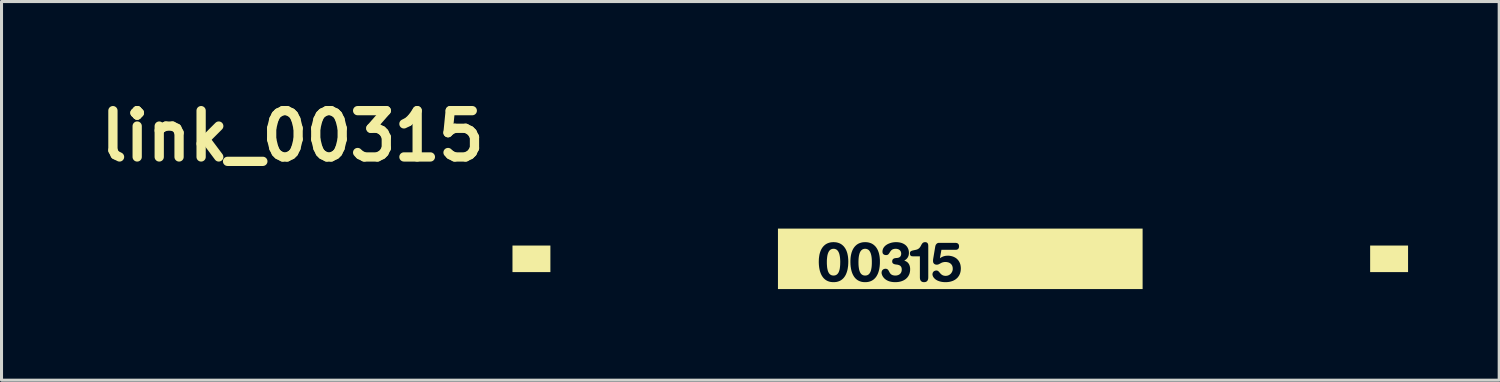
<source format=kicad_pcb>
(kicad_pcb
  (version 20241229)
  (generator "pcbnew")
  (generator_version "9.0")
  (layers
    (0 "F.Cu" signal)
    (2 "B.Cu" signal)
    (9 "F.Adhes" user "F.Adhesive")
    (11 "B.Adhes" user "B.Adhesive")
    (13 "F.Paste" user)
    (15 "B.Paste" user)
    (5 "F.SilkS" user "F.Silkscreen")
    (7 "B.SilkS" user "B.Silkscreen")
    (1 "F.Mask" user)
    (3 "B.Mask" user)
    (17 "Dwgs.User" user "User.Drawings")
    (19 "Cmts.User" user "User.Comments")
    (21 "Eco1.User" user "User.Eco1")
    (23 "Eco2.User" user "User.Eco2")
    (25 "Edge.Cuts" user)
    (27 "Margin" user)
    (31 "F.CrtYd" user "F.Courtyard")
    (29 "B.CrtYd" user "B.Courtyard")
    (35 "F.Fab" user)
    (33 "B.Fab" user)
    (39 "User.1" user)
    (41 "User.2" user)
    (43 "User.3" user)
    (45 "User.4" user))
  (footprint "link_00315"
    (layer "F.Cu")
    (at 6.582 3.324)
    (property "Reference" "link_00315" (at 0 -1.897 0) (layer "F.SilkS") (effects (font (size 1.524 1.524) (thickness 0.305))))
    (attr exclude_from_pos_files exclude_from_bom)
    (fp_poly (pts (xy 7.862 2.146) (xy 15.977 2.146) (xy 7.862 2.146)) (stroke (width 0.291) (type solid)) (fill yes) (layer "F.SilkS"))
    (fp_poly (pts (xy 27.981 2.146) (xy 36.095 2.146) (xy 27.981 2.146)) (stroke (width 0.291) (type solid)) (fill yes) (layer "F.SilkS"))
    (fp_poly (pts (xy 7.238 1.709) (xy 7.238 2.583) (xy 8.486 2.583) (xy 8.486 1.709) (xy 7.238 1.709)) (stroke (width 0) (type solid)) (fill yes) (layer "F.SilkS"))
    (fp_poly (pts (xy 35.471 1.709) (xy 35.471 2.583) (xy 36.719 2.583) (xy 36.719 1.709) (xy 35.471 1.709)) (stroke (width 0) (type solid)) (fill yes) (layer "F.SilkS"))
    (fp_poly (pts (xy 17.807 1.816) (xy 17.785 1.817) (xy 17.764 1.82) (xy 17.744 1.826) (xy 17.726 1.834) (xy 17.709 1.843) (xy 17.693 1.855) (xy 17.679 1.869) (xy 17.665 1.885) (xy 17.653 1.903) (xy 17.642 1.923) (xy 17.632 1.945) (xy 17.623 1.968) (xy 17.615 1.993) (xy 17.608 2.021) (xy 17.602 2.049) (xy 17.598 2.08) (xy 17.594 2.112) (xy 17.591 2.146) (xy 17.588 2.181) (xy 17.587 2.218) (xy 17.587 2.256) (xy 17.587 2.301) (xy 17.589 2.343) (xy 17.592 2.383) (xy 17.595 2.42) (xy 17.6 2.454) (xy 17.606 2.486) (xy 17.613 2.515) (xy 17.62 2.542) (xy 17.629 2.566) (xy 17.639 2.588) (xy 17.65 2.608) (xy 17.661 2.625) (xy 17.674 2.641) (xy 17.688 2.654) (xy 17.702 2.666) (xy 17.717 2.675) (xy 17.733 2.683) (xy 17.751 2.689) (xy 17.768 2.693) (xy 17.787 2.695) (xy 17.807 2.696) (xy 17.826 2.695) (xy 17.845 2.693) (xy 17.863 2.689) (xy 17.88 2.683) (xy 17.896 2.675) (xy 17.912 2.666) (xy 17.926 2.654) (xy 17.94 2.641) (xy 17.952 2.625) (xy 17.964 2.608) (xy 17.975 2.588) (xy 17.984 2.566) (xy 17.993 2.542) (xy 18.001 2.515) (xy 18.008 2.486) (xy 18.014 2.454) (xy 18.018 2.42) (xy 18.022 2.383) (xy 18.025 2.343) (xy 18.026 2.301) (xy 18.027 2.256) (xy 18.027 2.218) (xy 18.025 2.181) (xy 18.023 2.146) (xy 18.02 2.112) (xy 18.016 2.08) (xy 18.011 2.049) (xy 18.005 2.021) (xy 17.999 1.993) (xy 17.991 1.968) (xy 17.982 1.945) (xy 17.972 1.923) (xy 17.961 1.903) (xy 17.948 1.885) (xy 17.935 1.869) (xy 17.921 1.855) (xy 17.905 1.843) (xy 17.888 1.834) (xy 17.869 1.826) (xy 17.85 1.82) (xy 17.829 1.817) (xy 17.807 1.816)) (stroke (width 0) (type solid)) (fill yes) (layer "F.SilkS"))
    (fp_poly (pts (xy 18.847 1.816) (xy 18.825 1.817) (xy 18.804 1.82) (xy 18.785 1.826) (xy 18.766 1.834) (xy 18.749 1.843) (xy 18.734 1.855) (xy 18.719 1.869) (xy 18.706 1.885) (xy 18.693 1.903) (xy 18.682 1.923) (xy 18.672 1.945) (xy 18.663 1.968) (xy 18.656 1.993) (xy 18.649 2.021) (xy 18.643 2.049) (xy 18.638 2.08) (xy 18.634 2.112) (xy 18.631 2.146) (xy 18.629 2.181) (xy 18.628 2.218) (xy 18.627 2.256) (xy 18.628 2.301) (xy 18.629 2.343) (xy 18.632 2.383) (xy 18.636 2.42) (xy 18.641 2.454) (xy 18.646 2.486) (xy 18.653 2.515) (xy 18.661 2.542) (xy 18.67 2.566) (xy 18.68 2.588) (xy 18.69 2.608) (xy 18.702 2.625) (xy 18.714 2.641) (xy 18.728 2.654) (xy 18.742 2.666) (xy 18.758 2.675) (xy 18.774 2.683) (xy 18.791 2.689) (xy 18.809 2.693) (xy 18.828 2.695) (xy 18.847 2.696) (xy 18.867 2.695) (xy 18.886 2.693) (xy 18.904 2.689) (xy 18.921 2.683) (xy 18.937 2.675) (xy 18.952 2.666) (xy 18.967 2.654) (xy 18.98 2.641) (xy 18.993 2.625) (xy 19.004 2.608) (xy 19.015 2.588) (xy 19.025 2.566) (xy 19.034 2.542) (xy 19.042 2.515) (xy 19.048 2.486) (xy 19.054 2.454) (xy 19.059 2.42) (xy 19.063 2.383) (xy 19.065 2.343) (xy 19.067 2.301) (xy 19.067 2.256) (xy 19.067 2.218) (xy 19.066 2.181) (xy 19.064 2.146) (xy 19.061 2.112) (xy 19.057 2.08) (xy 19.052 2.049) (xy 19.046 2.021) (xy 19.039 1.993) (xy 19.031 1.968) (xy 19.022 1.945) (xy 19.012 1.923) (xy 19.001 1.903) (xy 18.989 1.885) (xy 18.976 1.869) (xy 18.961 1.855) (xy 18.945 1.843) (xy 18.928 1.834) (xy 18.91 1.826) (xy 18.89 1.82) (xy 18.87 1.817) (xy 18.847 1.816)) (stroke (width 0) (type solid)) (fill yes) (layer "F.SilkS"))
    (fp_poly (pts (xy 15.977 1.151) (xy 15.977 3.141) (xy 17.807 3.141) (xy 17.807 2.914) (xy 17.776 2.914) (xy 17.747 2.911) (xy 17.719 2.908) (xy 17.692 2.903) (xy 17.666 2.896) (xy 17.642 2.888) (xy 17.618 2.879) (xy 17.596 2.869) (xy 17.574 2.857) (xy 17.554 2.845) (xy 17.535 2.831) (xy 17.516 2.816) (xy 17.499 2.8) (xy 17.482 2.784) (xy 17.467 2.766) (xy 17.453 2.748) (xy 17.439 2.728) (xy 17.426 2.708) (xy 17.414 2.687) (xy 17.403 2.666) (xy 17.393 2.644) (xy 17.383 2.621) (xy 17.375 2.598) (xy 17.367 2.574) (xy 17.359 2.55) (xy 17.353 2.525) (xy 17.347 2.5) (xy 17.342 2.475) (xy 17.337 2.449) (xy 17.333 2.423) (xy 17.33 2.397) (xy 17.327 2.371) (xy 17.325 2.345) (xy 17.323 2.318) (xy 17.322 2.292) (xy 17.321 2.266) (xy 17.321 2.24) (xy 17.322 2.203) (xy 17.323 2.168) (xy 17.325 2.134) (xy 17.329 2.101) (xy 17.333 2.069) (xy 17.338 2.038) (xy 17.343 2.008) (xy 17.35 1.979) (xy 17.358 1.951) (xy 17.366 1.924) (xy 17.375 1.899) (xy 17.385 1.874) (xy 17.396 1.85) (xy 17.407 1.828) (xy 17.42 1.806) (xy 17.433 1.786) (xy 17.446 1.767) (xy 17.461 1.748) (xy 17.476 1.731) (xy 17.492 1.715) (xy 17.509 1.7) (xy 17.526 1.685) (xy 17.544 1.672) (xy 17.562 1.66) (xy 17.582 1.649) (xy 17.602 1.639) (xy 17.622 1.63) (xy 17.643 1.623) (xy 17.665 1.616) (xy 17.687 1.61) (xy 17.71 1.605) (xy 17.733 1.602) (xy 17.757 1.599) (xy 17.782 1.598) (xy 17.807 1.597) (xy 17.832 1.598) (xy 17.856 1.599) (xy 17.88 1.602) (xy 17.904 1.605) (xy 17.927 1.61) (xy 17.949 1.616) (xy 17.971 1.623) (xy 17.992 1.63) (xy 18.012 1.639) (xy 18.032 1.649) (xy 18.051 1.66) (xy 18.07 1.672) (xy 18.088 1.685) (xy 18.105 1.7) (xy 18.122 1.715) (xy 18.138 1.731) (xy 18.153 1.748) (xy 18.167 1.767) (xy 18.181 1.786) (xy 18.194 1.806) (xy 18.206 1.828) (xy 18.218 1.85) (xy 18.229 1.874) (xy 18.239 1.899) (xy 18.248 1.924) (xy 18.256 1.951) (xy 18.264 1.979) (xy 18.27 2.008) (xy 18.276 2.038) (xy 18.281 2.069) (xy 18.285 2.101) (xy 18.288 2.134) (xy 18.291 2.168) (xy 18.292 2.203) (xy 18.293 2.24) (xy 18.292 2.266) (xy 18.292 2.292) (xy 18.29 2.318) (xy 18.289 2.345) (xy 18.287 2.371) (xy 18.284 2.397) (xy 18.28 2.423) (xy 18.276 2.449) (xy 18.272 2.475) (xy 18.267 2.5) (xy 18.261 2.525) (xy 18.254 2.55) (xy 18.247 2.574) (xy 18.239 2.598) (xy 18.23 2.621) (xy 18.221 2.644) (xy 18.211 2.666) (xy 18.2 2.687) (xy 18.188 2.708) (xy 18.175 2.728) (xy 18.161 2.748) (xy 18.147 2.766) (xy 18.131 2.784) (xy 18.115 2.8) (xy 18.098 2.816) (xy 18.079 2.831) (xy 18.06 2.845) (xy 18.04 2.857) (xy 18.018 2.869) (xy 17.996 2.879) (xy 17.972 2.888) (xy 17.947 2.896) (xy 17.922 2.903) (xy 17.895 2.908) (xy 17.867 2.911) (xy 17.837 2.914) (xy 17.807 2.914) (xy 17.807 3.141) (xy 18.847 3.141) (xy 18.847 2.914) (xy 18.817 2.914) (xy 18.788 2.911) (xy 18.759 2.908) (xy 18.732 2.903) (xy 18.707 2.896) (xy 18.682 2.888) (xy 18.659 2.879) (xy 18.636 2.869) (xy 18.615 2.857) (xy 18.594 2.845) (xy 18.575 2.831) (xy 18.557 2.816) (xy 18.539 2.8) (xy 18.523 2.784) (xy 18.508 2.766) (xy 18.493 2.748) (xy 18.479 2.728) (xy 18.467 2.708) (xy 18.455 2.687) (xy 18.444 2.666) (xy 18.433 2.644) (xy 18.424 2.621) (xy 18.415 2.598) (xy 18.407 2.574) (xy 18.4 2.55) (xy 18.393 2.525) (xy 18.388 2.5) (xy 18.382 2.475) (xy 18.378 2.449) (xy 18.374 2.423) (xy 18.37 2.397) (xy 18.368 2.371) (xy 18.365 2.345) (xy 18.364 2.318) (xy 18.363 2.292) (xy 18.362 2.266) (xy 18.362 2.24) (xy 18.362 2.203) (xy 18.364 2.168) (xy 18.366 2.134) (xy 18.369 2.101) (xy 18.373 2.069) (xy 18.378 2.038) (xy 18.384 2.008) (xy 18.391 1.979) (xy 18.398 1.951) (xy 18.406 1.924) (xy 18.416 1.899) (xy 18.425 1.874) (xy 18.436 1.85) (xy 18.448 1.828) (xy 18.46 1.806) (xy 18.473 1.786) (xy 18.487 1.767) (xy 18.501 1.748) (xy 18.517 1.731) (xy 18.532 1.715) (xy 18.549 1.7) (xy 18.566 1.685) (xy 18.584 1.672) (xy 18.603 1.66) (xy 18.622 1.649) (xy 18.642 1.639) (xy 18.663 1.63) (xy 18.684 1.623) (xy 18.705 1.616) (xy 18.728 1.61) (xy 18.75 1.605) (xy 18.774 1.602) (xy 18.798 1.599) (xy 18.822 1.598) (xy 18.847 1.597) (xy 18.872 1.598) (xy 18.897 1.599) (xy 18.921 1.602) (xy 18.944 1.605) (xy 18.967 1.61) (xy 18.989 1.616) (xy 19.011 1.623) (xy 19.032 1.63) (xy 19.053 1.639) (xy 19.073 1.649) (xy 19.092 1.66) (xy 19.11 1.672) (xy 19.128 1.685) (xy 19.146 1.7) (xy 19.162 1.715) (xy 19.178 1.731) (xy 19.194 1.748) (xy 19.208 1.767) (xy 19.222 1.786) (xy 19.235 1.806) (xy 19.247 1.828) (xy 19.259 1.85) (xy 19.27 1.874) (xy 19.279 1.899) (xy 19.289 1.924) (xy 19.297 1.951) (xy 19.305 1.979) (xy 19.311 2.008) (xy 19.317 2.038) (xy 19.322 2.069) (xy 19.326 2.101) (xy 19.329 2.134) (xy 19.332 2.168) (xy 19.333 2.203) (xy 19.333 2.24) (xy 19.333 2.266) (xy 19.333 2.292) (xy 19.331 2.318) (xy 19.33 2.345) (xy 19.327 2.371) (xy 19.325 2.397) (xy 19.321 2.423) (xy 19.317 2.449) (xy 19.313 2.475) (xy 19.308 2.5) (xy 19.302 2.525) (xy 19.295 2.55) (xy 19.288 2.574) (xy 19.28 2.598) (xy 19.271 2.621) (xy 19.262 2.644) (xy 19.251 2.666) (xy 19.24 2.687) (xy 19.228 2.708) (xy 19.216 2.728) (xy 19.202 2.748) (xy 19.187 2.766) (xy 19.172 2.784) (xy 19.155 2.8) (xy 19.138 2.816) (xy 19.12 2.831) (xy 19.1 2.845) (xy 19.08 2.857) (xy 19.059 2.869) (xy 19.036 2.879) (xy 19.013 2.888) (xy 18.988 2.896) (xy 18.962 2.903) (xy 18.935 2.908) (xy 18.907 2.911) (xy 18.878 2.914) (xy 18.847 2.914) (xy 18.847 3.141) (xy 19.837 3.141) (xy 19.837 2.914) (xy 19.796 2.913) (xy 19.757 2.91) (xy 19.72 2.905) (xy 19.685 2.898) (xy 19.653 2.89) (xy 19.623 2.88) (xy 19.595 2.868) (xy 19.569 2.856) (xy 19.545 2.842) (xy 19.523 2.827) (xy 19.503 2.812) (xy 19.484 2.795) (xy 19.468 2.779) (xy 19.453 2.761) (xy 19.44 2.744) (xy 19.429 2.727) (xy 19.419 2.709) (xy 19.41 2.692) (xy 19.403 2.675) (xy 19.398 2.658) (xy 19.393 2.643) (xy 19.39 2.627) (xy 19.389 2.613) (xy 19.388 2.6) (xy 19.391 2.573) (xy 19.398 2.548) (xy 19.409 2.527) (xy 19.425 2.508) (xy 19.444 2.493) (xy 19.466 2.482) (xy 19.49 2.475) (xy 19.517 2.472) (xy 19.537 2.474) (xy 19.554 2.477) (xy 19.569 2.483) (xy 19.582 2.49) (xy 19.593 2.5) (xy 19.603 2.51) (xy 19.612 2.522) (xy 19.62 2.535) (xy 19.628 2.548) (xy 19.635 2.563) (xy 19.643 2.577) (xy 19.651 2.592) (xy 19.659 2.606) (xy 19.668 2.62) (xy 19.679 2.634) (xy 19.691 2.647) (xy 19.705 2.658) (xy 19.721 2.669) (xy 19.739 2.678) (xy 19.761 2.686) (xy 19.785 2.691) (xy 19.812 2.695) (xy 19.843 2.696) (xy 19.873 2.695) (xy 19.901 2.69) (xy 19.927 2.683) (xy 19.95 2.674) (xy 19.971 2.662) (xy 19.99 2.648) (xy 20.006 2.632) (xy 20.02 2.614) (xy 20.032 2.594) (xy 20.04 2.573) (xy 20.047 2.55) (xy 20.051 2.525) (xy 20.052 2.5) (xy 20.051 2.474) (xy 20.047 2.45) (xy 20.04 2.428) (xy 20.031 2.408) (xy 20.017 2.39) (xy 20 2.374) (xy 19.979 2.36) (xy 19.953 2.35) (xy 19.923 2.341) (xy 19.888 2.336) (xy 19.87 2.334) (xy 19.849 2.331) (xy 19.826 2.327) (xy 19.804 2.32) (xy 19.783 2.311) (xy 19.765 2.299) (xy 19.75 2.283) (xy 19.741 2.263) (xy 19.737 2.238) (xy 19.739 2.209) (xy 19.745 2.185) (xy 19.755 2.166) (xy 19.769 2.151) (xy 19.787 2.139) (xy 19.808 2.13) (xy 19.834 2.124) (xy 19.863 2.12) (xy 19.896 2.118) (xy 19.924 2.114) (xy 19.95 2.107) (xy 19.972 2.097) (xy 19.991 2.084) (xy 20.006 2.068) (xy 20.018 2.049) (xy 20.027 2.027) (xy 20.032 2.003) (xy 20.034 1.976) (xy 20.032 1.948) (xy 20.026 1.922) (xy 20.016 1.899) (xy 20.003 1.88) (xy 19.988 1.862) (xy 19.97 1.848) (xy 19.949 1.836) (xy 19.927 1.827) (xy 19.903 1.821) (xy 19.878 1.817) (xy 19.852 1.816) (xy 19.821 1.817) (xy 19.794 1.822) (xy 19.77 1.828) (xy 19.749 1.837) (xy 19.73 1.848) (xy 19.714 1.861) (xy 19.7 1.874) (xy 19.688 1.889) (xy 19.677 1.904) (xy 19.667 1.919) (xy 19.657 1.935) (xy 19.648 1.95) (xy 19.638 1.965) (xy 19.628 1.978) (xy 19.618 1.991) (xy 19.606 2.002) (xy 19.592 2.011) (xy 19.577 2.017) (xy 19.559 2.022) (xy 19.539 2.023) (xy 19.516 2.022) (xy 19.494 2.018) (xy 19.473 2.01) (xy 19.455 1.999) (xy 19.439 1.985) (xy 19.427 1.966) (xy 19.42 1.942) (xy 19.417 1.914) (xy 19.418 1.887) (xy 19.422 1.861) (xy 19.429 1.837) (xy 19.437 1.813) (xy 19.448 1.792) (xy 19.461 1.771) (xy 19.476 1.751) (xy 19.492 1.733) (xy 19.51 1.716) (xy 19.529 1.7) (xy 19.55 1.686) (xy 19.571 1.672) (xy 19.593 1.66) (xy 19.617 1.649) (xy 19.641 1.639) (xy 19.665 1.63) (xy 19.689 1.622) (xy 19.714 1.615) (xy 19.739 1.61) (xy 19.763 1.605) (xy 19.788 1.602) (xy 19.812 1.599) (xy 19.835 1.598) (xy 19.857 1.597) (xy 19.857 1.597) (xy 19.894 1.598) (xy 19.929 1.6) (xy 19.962 1.604) (xy 19.994 1.61) (xy 20.023 1.617) (xy 20.051 1.625) (xy 20.077 1.635) (xy 20.101 1.646) (xy 20.124 1.658) (xy 20.145 1.671) (xy 20.165 1.685) (xy 20.183 1.7) (xy 20.199 1.716) (xy 20.214 1.732) (xy 20.227 1.75) (xy 20.239 1.768) (xy 20.25 1.787) (xy 20.259 1.806) (xy 20.267 1.826) (xy 20.274 1.846) (xy 20.279 1.866) (xy 20.283 1.887) (xy 20.286 1.908) (xy 20.288 1.929) (xy 20.288 1.95) (xy 20.287 1.979) (xy 20.284 2.006) (xy 20.279 2.032) (xy 20.271 2.056) (xy 20.261 2.079) (xy 20.249 2.101) (xy 20.235 2.121) (xy 20.219 2.141) (xy 20.201 2.159) (xy 20.181 2.175) (xy 20.158 2.191) (xy 20.134 2.205) (xy 20.162 2.214) (xy 20.188 2.226) (xy 20.211 2.239) (xy 20.232 2.254) (xy 20.251 2.271) (xy 20.268 2.29) (xy 20.282 2.31) (xy 20.295 2.332) (xy 20.305 2.355) (xy 20.314 2.38) (xy 20.32 2.405) (xy 20.325 2.432) (xy 20.328 2.46) (xy 20.328 2.489) (xy 20.328 2.518) (xy 20.325 2.546) (xy 20.322 2.573) (xy 20.316 2.599) (xy 20.31 2.624) (xy 20.302 2.648) (xy 20.292 2.671) (xy 20.281 2.693) (xy 20.27 2.714) (xy 20.256 2.733) (xy 20.242 2.752) (xy 20.227 2.77) (xy 20.21 2.786) (xy 20.193 2.802) (xy 20.175 2.817) (xy 20.155 2.83) (xy 20.135 2.843) (xy 20.114 2.854) (xy 20.092 2.865) (xy 20.069 2.874) (xy 20.046 2.883) (xy 20.022 2.89) (xy 19.997 2.897) (xy 19.971 2.902) (xy 19.946 2.907) (xy 19.919 2.91) (xy 19.892 2.912) (xy 19.865 2.914) (xy 19.837 2.914) (xy 19.837 3.141) (xy 20.787 3.141) (xy 20.787 2.914) (xy 20.758 2.913) (xy 20.733 2.907) (xy 20.712 2.898) (xy 20.694 2.885) (xy 20.68 2.87) (xy 20.668 2.852) (xy 20.659 2.831) (xy 20.653 2.807) (xy 20.65 2.782) (xy 20.649 2.754) (xy 20.649 2.063) (xy 20.414 2.063) (xy 20.386 2.061) (xy 20.363 2.055) (xy 20.345 2.043) (xy 20.332 2.025) (xy 20.324 2) (xy 20.321 1.967) (xy 20.323 1.944) (xy 20.328 1.925) (xy 20.338 1.909) (xy 20.351 1.897) (xy 20.369 1.886) (xy 20.392 1.878) (xy 20.419 1.87) (xy 20.452 1.863) (xy 20.519 1.849) (xy 20.548 1.841) (xy 20.573 1.831) (xy 20.594 1.819) (xy 20.613 1.806) (xy 20.63 1.791) (xy 20.644 1.775) (xy 20.657 1.758) (xy 20.668 1.741) (xy 20.678 1.724) (xy 20.687 1.706) (xy 20.696 1.689) (xy 20.705 1.673) (xy 20.715 1.657) (xy 20.725 1.643) (xy 20.736 1.63) (xy 20.748 1.619) (xy 20.763 1.61) (xy 20.779 1.603) (xy 20.798 1.599) (xy 20.82 1.597) (xy 20.82 1.597) (xy 20.841 1.598) (xy 20.861 1.603) (xy 20.879 1.61) (xy 20.894 1.622) (xy 20.907 1.638) (xy 20.917 1.66) (xy 20.923 1.687) (xy 20.925 1.721) (xy 20.925 2.754) (xy 20.924 2.782) (xy 20.921 2.807) (xy 20.914 2.831) (xy 20.906 2.852) (xy 20.894 2.87) (xy 20.88 2.885) (xy 20.862 2.898) (xy 20.84 2.907) (xy 20.815 2.913) (xy 20.787 2.914) (xy 20.787 3.141) (xy 21.495 3.141) (xy 21.495 2.914) (xy 21.451 2.913) (xy 21.41 2.91) (xy 21.372 2.905) (xy 21.336 2.898) (xy 21.303 2.889) (xy 21.272 2.879) (xy 21.243 2.868) (xy 21.217 2.856) (xy 21.193 2.842) (xy 21.171 2.828) (xy 21.152 2.813) (xy 21.134 2.797) (xy 21.119 2.781) (xy 21.105 2.765) (xy 21.094 2.748) (xy 21.084 2.732) (xy 21.077 2.716) (xy 21.071 2.7) (xy 21.067 2.684) (xy 21.064 2.67) (xy 21.063 2.656) (xy 21.066 2.629) (xy 21.073 2.605) (xy 21.084 2.584) (xy 21.099 2.566) (xy 21.118 2.551) (xy 21.141 2.54) (xy 21.166 2.533) (xy 21.194 2.53) (xy 21.213 2.532) (xy 21.229 2.537) (xy 21.244 2.545) (xy 21.258 2.555) (xy 21.271 2.567) (xy 21.284 2.581) (xy 21.296 2.595) (xy 21.309 2.611) (xy 21.323 2.626) (xy 21.337 2.642) (xy 21.353 2.656) (xy 21.371 2.67) (xy 21.39 2.682) (xy 21.413 2.692) (xy 21.438 2.7) (xy 21.466 2.705) (xy 21.499 2.707) (xy 21.527 2.705) (xy 21.555 2.7) (xy 21.581 2.692) (xy 21.605 2.681) (xy 21.628 2.668) (xy 21.648 2.652) (xy 21.667 2.635) (xy 21.683 2.615) (xy 21.697 2.594) (xy 21.709 2.572) (xy 21.719 2.548) (xy 21.726 2.524) (xy 21.73 2.499) (xy 21.731 2.474) (xy 21.73 2.444) (xy 21.726 2.417) (xy 21.719 2.391) (xy 21.71 2.368) (xy 21.698 2.347) (xy 21.684 2.328) (xy 21.668 2.312) (xy 21.651 2.297) (xy 21.631 2.284) (xy 21.61 2.274) (xy 21.588 2.265) (xy 21.564 2.259) (xy 21.539 2.254) (xy 21.513 2.251) (xy 21.486 2.25) (xy 21.452 2.252) (xy 21.422 2.257) (xy 21.394 2.264) (xy 21.37 2.273) (xy 21.347 2.284) (xy 21.327 2.295) (xy 21.307 2.306) (xy 21.288 2.316) (xy 21.269 2.325) (xy 21.249 2.333) (xy 21.229 2.337) (xy 21.207 2.339) (xy 21.183 2.338) (xy 21.16 2.333) (xy 21.139 2.324) (xy 21.12 2.311) (xy 21.104 2.295) (xy 21.092 2.274) (xy 21.084 2.249) (xy 21.082 2.219) (xy 21.082 2.193) (xy 21.084 2.169) (xy 21.087 2.146) (xy 21.091 2.123) (xy 21.156 1.735) (xy 21.163 1.709) (xy 21.173 1.685) (xy 21.188 1.664) (xy 21.205 1.646) (xy 21.225 1.632) (xy 21.248 1.623) (xy 21.273 1.62) (xy 21.273 1.621) (xy 21.819 1.621) (xy 21.844 1.622) (xy 21.867 1.627) (xy 21.887 1.635) (xy 21.905 1.647) (xy 21.919 1.663) (xy 21.93 1.683) (xy 21.936 1.707) (xy 21.939 1.735) (xy 21.936 1.764) (xy 21.93 1.788) (xy 21.919 1.808) (xy 21.905 1.824) (xy 21.888 1.836) (xy 21.868 1.844) (xy 21.846 1.849) (xy 21.822 1.85) (xy 21.358 1.85) (xy 21.309 2.123) (xy 21.313 2.126) (xy 21.333 2.11) (xy 21.355 2.096) (xy 21.379 2.084) (xy 21.403 2.073) (xy 21.429 2.063) (xy 21.455 2.056) (xy 21.483 2.05) (xy 21.51 2.046) (xy 21.538 2.044) (xy 21.566 2.043) (xy 21.592 2.043) (xy 21.618 2.045) (xy 21.643 2.048) (xy 21.668 2.053) (xy 21.693 2.058) (xy 21.717 2.065) (xy 21.741 2.073) (xy 21.764 2.082) (xy 21.786 2.093) (xy 21.807 2.104) (xy 21.828 2.117) (xy 21.848 2.131) (xy 21.867 2.147) (xy 21.884 2.164) (xy 21.901 2.181) (xy 21.917 2.201) (xy 21.931 2.221) (xy 21.944 2.243) (xy 21.956 2.266) (xy 21.967 2.29) (xy 21.976 2.315) (xy 21.983 2.342) (xy 21.989 2.37) (xy 21.993 2.399) (xy 21.996 2.429) (xy 21.997 2.461) (xy 21.996 2.49) (xy 21.994 2.518) (xy 21.991 2.545) (xy 21.986 2.571) (xy 21.98 2.596) (xy 21.973 2.621) (xy 21.964 2.644) (xy 21.954 2.667) (xy 21.944 2.688) (xy 21.931 2.709) (xy 21.918 2.728) (xy 21.904 2.747) (xy 21.889 2.765) (xy 21.872 2.782) (xy 21.855 2.797) (xy 21.837 2.812) (xy 21.818 2.826) (xy 21.797 2.839) (xy 21.776 2.851) (xy 21.754 2.862) (xy 21.732 2.872) (xy 21.708 2.88) (xy 21.684 2.888) (xy 21.659 2.895) (xy 21.633 2.901) (xy 21.607 2.906) (xy 21.58 2.909) (xy 21.552 2.912) (xy 21.524 2.914) (xy 21.495 2.914) (xy 21.495 3.141) (xy 21.979 3.141) (xy 27.981 3.141) (xy 27.981 1.151) (xy 21.979 1.151) (xy 15.977 1.151)) (stroke (width 0) (type solid)) (fill yes) (layer "F.SilkS")))
  (gr_rect
    (start -3 -3)
    (end 46.301 9.465)
    (stroke (width 0.1) (type default))
    (fill no)
    (layer "Edge.Cuts")))
</source>
